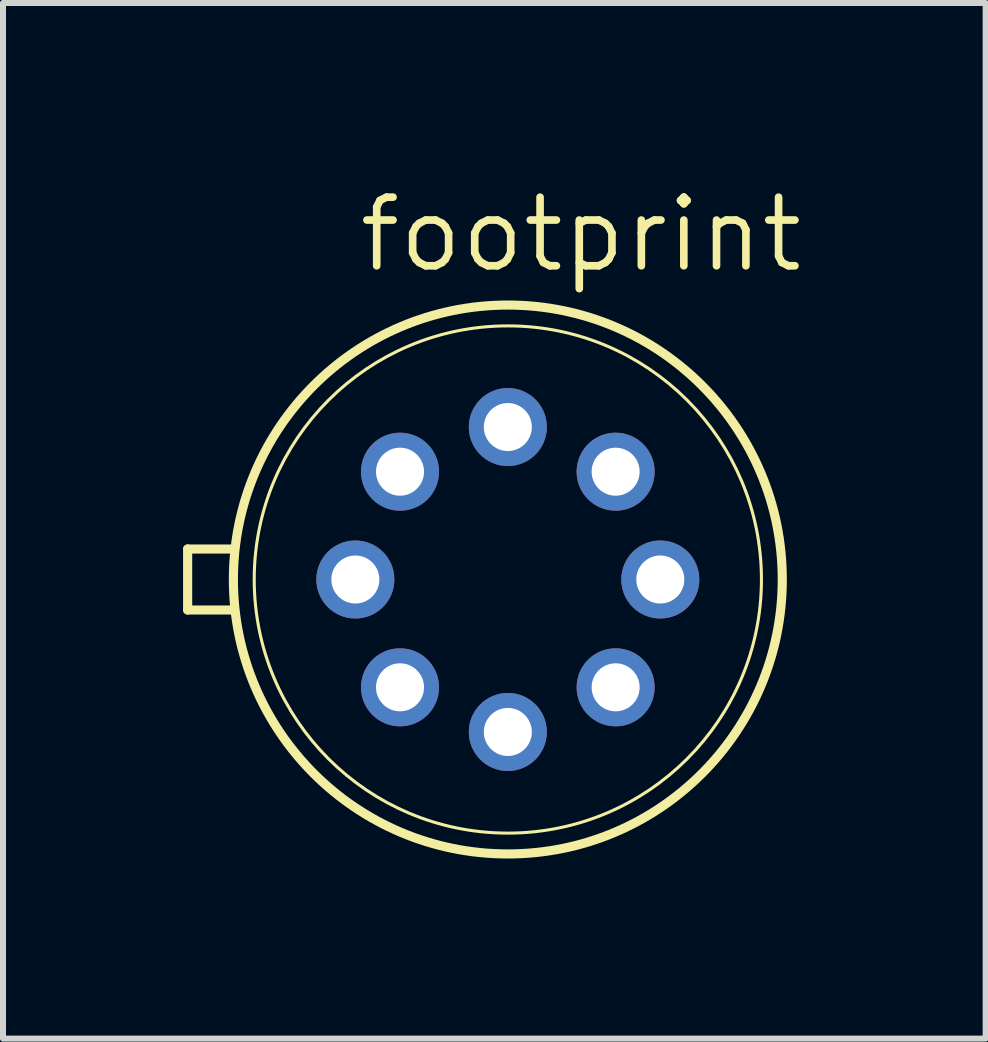
<source format=kicad_pcb>
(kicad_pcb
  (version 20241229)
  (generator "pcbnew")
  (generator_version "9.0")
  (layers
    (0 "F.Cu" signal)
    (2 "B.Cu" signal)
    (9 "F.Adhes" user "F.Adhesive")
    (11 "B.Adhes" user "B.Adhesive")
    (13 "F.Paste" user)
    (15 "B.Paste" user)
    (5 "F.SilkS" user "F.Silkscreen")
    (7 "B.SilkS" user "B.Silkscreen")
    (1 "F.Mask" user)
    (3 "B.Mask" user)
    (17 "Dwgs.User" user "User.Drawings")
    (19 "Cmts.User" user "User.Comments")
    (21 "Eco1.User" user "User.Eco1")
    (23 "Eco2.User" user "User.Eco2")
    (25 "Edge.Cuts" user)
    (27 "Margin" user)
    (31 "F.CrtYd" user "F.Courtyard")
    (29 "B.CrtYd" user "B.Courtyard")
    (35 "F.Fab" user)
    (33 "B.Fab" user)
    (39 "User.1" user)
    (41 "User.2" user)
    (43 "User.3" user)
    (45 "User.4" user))
  (footprint "footprint"
    (layer "F.Cu")
    (at 5.41 6.604)
    (property "Reference" "footprint" (at -2.54 -5.08 0) (layer "F.SilkS") (effects (font (size 1.143 1.143) (thickness 0.127)) (justify left bottom)))
    (fp_line (start -5.334 0.508) (end -5.334 -0.508) (stroke (width 0.152) (type solid)) (layer "F.SilkS"))
    (fp_line (start -5.334 0.508) (end -4.572 0.508) (stroke (width 0.152) (type solid)) (layer "F.SilkS"))
    (fp_line (start -4.572 -0.508) (end -5.334 -0.508) (stroke (width 0.152) (type solid)) (layer "F.SilkS"))
    (fp_circle (center 0 0) (end 4.225 0) (stroke (width 0.051) (type solid)) (fill no) (layer "F.SilkS"))
    (fp_circle (center 0 0) (end 4.572 0) (stroke (width 0.152) (type solid)) (fill no) (layer "F.SilkS"))
    (pad "1" thru_hole circle (at -1.796 1.796) (size 1.3 1.3) (drill 0.8) (layers "*.Cu" "*.Mask"))
    (pad "2" thru_hole circle (at 0 2.54) (size 1.3 1.3) (drill 0.8) (layers "*.Cu" "*.Mask"))
    (pad "3" thru_hole circle (at 1.796 1.796) (size 1.3 1.3) (drill 0.8) (layers "*.Cu" "*.Mask"))
    (pad "4" thru_hole circle (at 2.54 0) (size 1.3 1.3) (drill 0.8) (layers "*.Cu" "*.Mask"))
    (pad "5" thru_hole circle (at 1.796 -1.796) (size 1.3 1.3) (drill 0.8) (layers "*.Cu" "*.Mask"))
    (pad "6" thru_hole circle (at 0 -2.54) (size 1.3 1.3) (drill 0.8) (layers "*.Cu" "*.Mask"))
    (pad "7" thru_hole circle (at -1.796 -1.796) (size 1.3 1.3) (drill 0.8) (layers "*.Cu" "*.Mask"))
    (pad "8" thru_hole circle (at -2.54 0) (size 1.3 1.3) (drill 0.8) (layers "*.Cu" "*.Mask")))
  (gr_rect
    (start -3 -3)
    (end 13.37 14.252)
    (stroke (width 0.1) (type default))
    (fill no)
    (layer "Edge.Cuts")))
</source>
